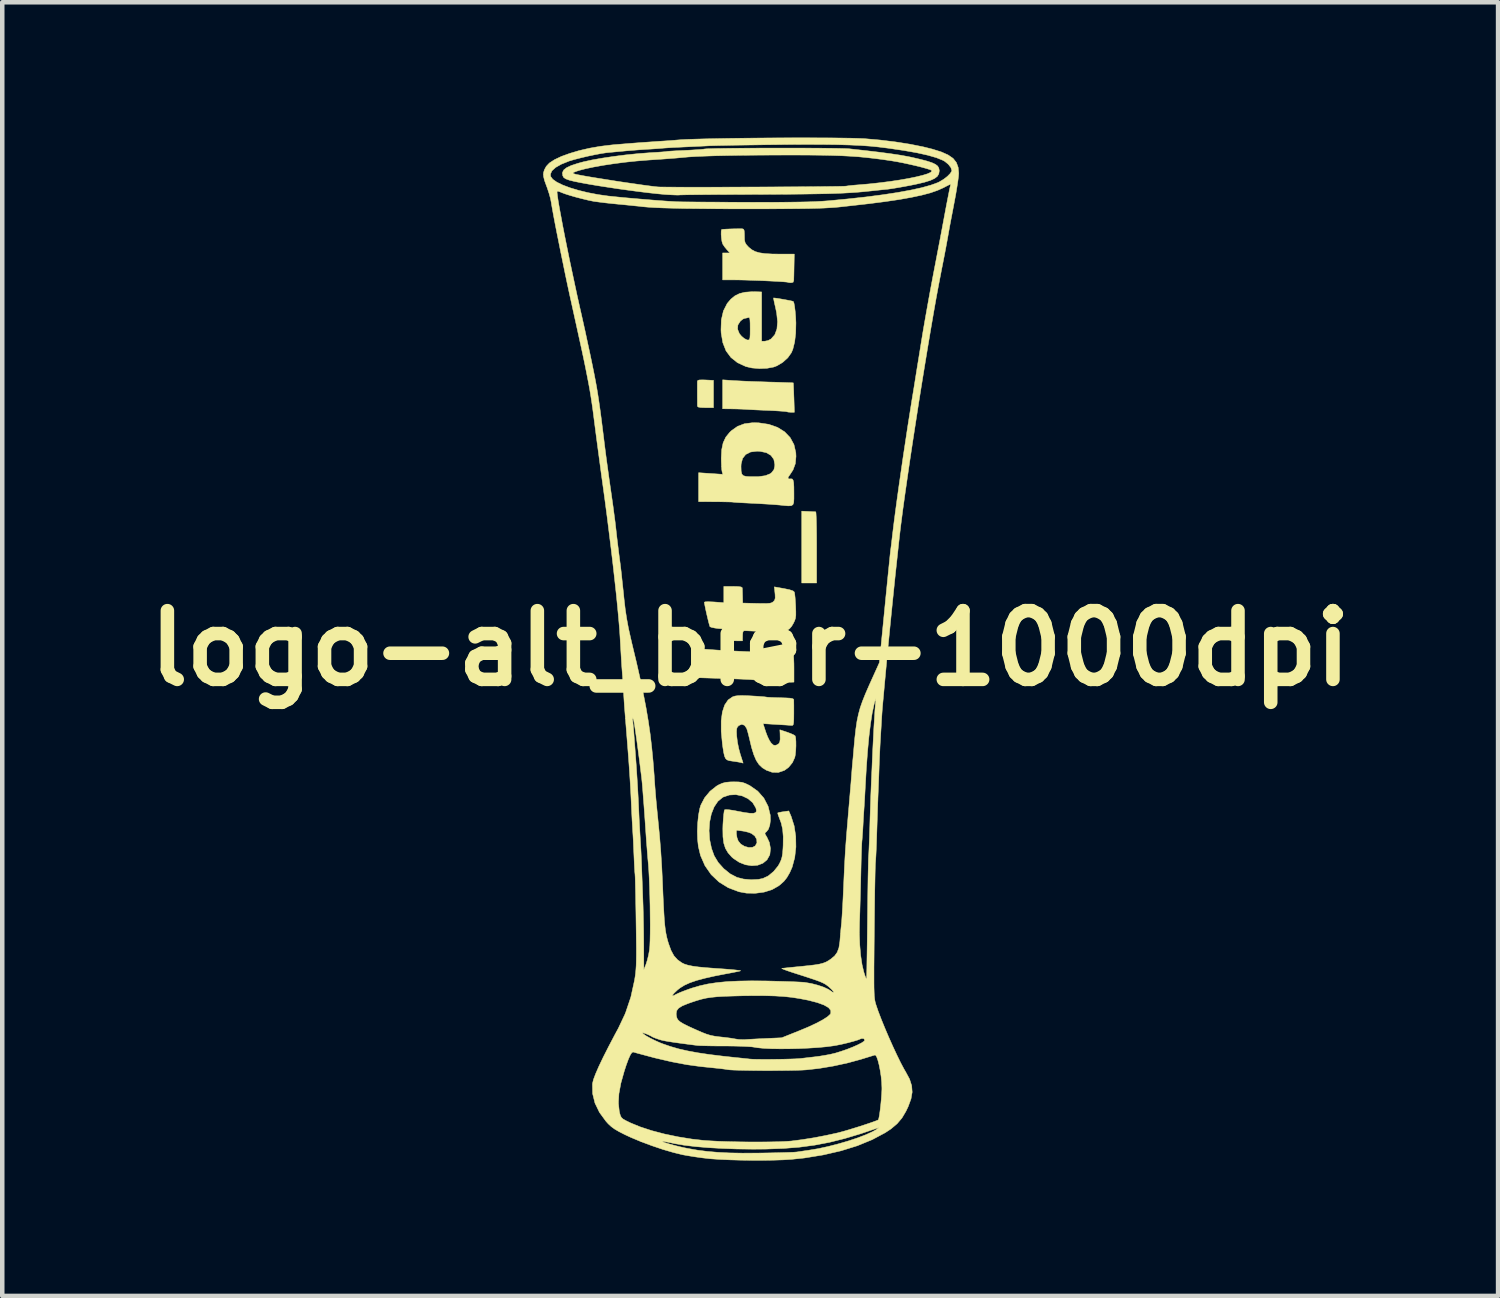
<source format=kicad_pcb>
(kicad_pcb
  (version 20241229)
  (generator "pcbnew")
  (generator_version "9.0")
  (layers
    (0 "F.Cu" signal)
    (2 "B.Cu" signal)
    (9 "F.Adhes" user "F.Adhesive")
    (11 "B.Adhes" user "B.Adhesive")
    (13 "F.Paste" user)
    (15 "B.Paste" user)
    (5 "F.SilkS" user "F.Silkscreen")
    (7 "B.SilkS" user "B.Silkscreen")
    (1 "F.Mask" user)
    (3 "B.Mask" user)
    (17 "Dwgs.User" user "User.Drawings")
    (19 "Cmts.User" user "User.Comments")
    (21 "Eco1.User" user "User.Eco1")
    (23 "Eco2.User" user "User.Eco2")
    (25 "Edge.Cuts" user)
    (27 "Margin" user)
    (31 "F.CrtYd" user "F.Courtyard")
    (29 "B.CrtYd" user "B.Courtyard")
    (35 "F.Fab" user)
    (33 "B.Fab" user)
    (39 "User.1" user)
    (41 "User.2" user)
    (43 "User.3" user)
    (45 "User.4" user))
  (footprint "logo-alt_bier-1000dpi"
    (layer "F.Cu")
    (at 13.578 11.32)
    (property "Reference" "logo-alt_bier-1000dpi" (at 0 0 0) (layer "F.SilkS") (effects (font (size 1.524 1.524) (thickness 0.3))))
    (attr through_hole)
    (fp_poly (pts (xy 1.289 -3.033) (xy 1.372 -3.029) (xy 1.433 -3.026) (xy 1.454 -3.025) (xy 1.459 -3) (xy 1.463 -2.93) (xy 1.467 -2.822) (xy 1.47 -2.682) (xy 1.472 -2.515) (xy 1.473 -2.328) (xy 1.473 -2.235) (xy 1.473 -1.448) (xy 1.143 -1.448) (xy 1.143 -3.04) (xy 1.289 -3.033)) (stroke (width 0.01) (type solid)) (fill yes) (layer "F.SilkS"))
    (fp_poly (pts (xy -0.991 -5.948) (xy -0.813 -5.939) (xy -0.813 -5.334) (xy -0.991 -5.334) (xy -1.094 -5.337) (xy -1.152 -5.348) (xy -1.169 -5.366) (xy -1.17 -5.417) (xy -1.17 -5.5) (xy -1.171 -5.603) (xy -1.171 -5.71) (xy -1.171 -5.807) (xy -1.171 -5.882) (xy -1.17 -5.918) (xy -1.16 -5.938) (xy -1.125 -5.948) (xy -1.056 -5.95) (xy -0.991 -5.948)) (stroke (width 0.01) (type solid)) (fill yes) (layer "F.SilkS"))
    (fp_poly (pts (xy -0.375 -5.934) (xy -0.276 -5.929) (xy -0.138 -5.922) (xy 0.026 -5.915) (xy 0.204 -5.909) (xy 0.384 -5.903) (xy 0.406 -5.902) (xy 0.567 -5.898) (xy 0.709 -5.893) (xy 0.826 -5.889) (xy 0.909 -5.886) (xy 0.952 -5.884) (xy 0.956 -5.883) (xy 0.958 -5.858) (xy 0.961 -5.792) (xy 0.965 -5.694) (xy 0.969 -5.575) (xy 0.97 -5.556) (xy 0.98 -5.232) (xy 0.901 -5.232) (xy 0.842 -5.236) (xy 0.81 -5.244) (xy 0.809 -5.244) (xy 0.781 -5.249) (xy 0.711 -5.255) (xy 0.609 -5.262) (xy 0.484 -5.269) (xy 0.418 -5.272) (xy 0.272 -5.278) (xy 0.133 -5.284) (xy 0.015 -5.29) (xy -0.071 -5.295) (xy -0.089 -5.296) (xy -0.18 -5.301) (xy -0.297 -5.305) (xy -0.413 -5.307) (xy -0.61 -5.309) (xy -0.61 -5.951) (xy -0.375 -5.934)) (stroke (width 0.01) (type solid)) (fill yes) (layer "F.SilkS"))
    (fp_poly (pts (xy -1.005 0.02) (xy -0.91 0.027) (xy -0.884 0.029) (xy -0.784 0.036) (xy -0.649 0.045) (xy -0.493 0.053) (xy -0.332 0.061) (xy -0.27 0.064) (xy -0.125 0.071) (xy 0.008 0.077) (xy 0.117 0.083) (xy 0.192 0.088) (xy 0.216 0.091) (xy 0.27 0.094) (xy 0.363 0.098) (xy 0.48 0.102) (xy 0.611 0.104) (xy 0.617 0.104) (xy 0.74 0.108) (xy 0.844 0.114) (xy 0.919 0.122) (xy 0.955 0.131) (xy 0.956 0.133) (xy 0.962 0.166) (xy 0.966 0.239) (xy 0.97 0.341) (xy 0.971 0.453) (xy 0.971 0.749) (xy 0.905 0.752) (xy 0.853 0.751) (xy 0.832 0.747) (xy 0.805 0.743) (xy 0.737 0.738) (xy 0.637 0.732) (xy 0.514 0.725) (xy 0.469 0.723) (xy 0.335 0.716) (xy 0.214 0.709) (xy 0.119 0.703) (xy 0.06 0.698) (xy 0.052 0.697) (xy 0.009 0.693) (xy -0.077 0.689) (xy -0.196 0.683) (xy -0.342 0.678) (xy -0.505 0.672) (xy -0.577 0.67) (xy -1.143 0.652) (xy -1.143 0.341) (xy -1.141 0.192) (xy -1.134 0.088) (xy -1.123 0.031) (xy -1.115 0.02) (xy -1.078 0.018) (xy -1.005 0.02)) (stroke (width 0.01) (type solid)) (fill yes) (layer "F.SilkS"))
    (fp_poly (pts (xy -0.181 -9.299) (xy -0.171 -9.298) (xy -0.146 -9.289) (xy -0.133 -9.258) (xy -0.128 -9.193) (xy -0.127 -9.141) (xy -0.125 -9.052) (xy -0.112 -8.993) (xy -0.082 -8.944) (xy -0.032 -8.89) (xy 0.034 -8.836) (xy 0.11 -8.795) (xy 0.205 -8.767) (xy 0.328 -8.749) (xy 0.486 -8.74) (xy 0.655 -8.738) (xy 0.978 -8.738) (xy 0.973 -8.477) (xy 0.971 -8.361) (xy 0.969 -8.259) (xy 0.967 -8.186) (xy 0.967 -8.16) (xy 0.952 -8.114) (xy 0.906 -8.103) (xy 0.856 -8.107) (xy 0.836 -8.113) (xy 0.808 -8.118) (xy 0.737 -8.124) (xy 0.632 -8.131) (xy 0.501 -8.138) (xy 0.353 -8.145) (xy 0.197 -8.152) (xy 0.04 -8.157) (xy -0.11 -8.162) (xy -0.243 -8.165) (xy -0.349 -8.166) (xy -0.61 -8.166) (xy -0.61 -8.763) (xy -0.448 -8.763) (xy -0.513 -8.833) (xy -0.566 -8.897) (xy -0.607 -8.959) (xy -0.609 -8.963) (xy -0.625 -9.015) (xy -0.636 -9.09) (xy -0.643 -9.172) (xy -0.642 -9.242) (xy -0.634 -9.281) (xy -0.632 -9.282) (xy -0.605 -9.287) (xy -0.54 -9.291) (xy -0.451 -9.295) (xy -0.353 -9.298) (xy -0.258 -9.299) (xy -0.181 -9.299)) (stroke (width 0.01) (type solid)) (fill yes) (layer "F.SilkS"))
    (fp_poly (pts (xy -0.269 -1.369) (xy -0.202 -1.36) (xy -0.176 -1.343) (xy -0.175 -1.34) (xy -0.173 -1.299) (xy -0.171 -1.225) (xy -0.169 -1.156) (xy -0.165 -1.003) (xy 0.148 -0.995) (xy 0.283 -0.993) (xy 0.376 -0.994) (xy 0.439 -0.999) (xy 0.479 -1.011) (xy 0.508 -1.029) (xy 0.513 -1.033) (xy 0.543 -1.068) (xy 0.555 -1.114) (xy 0.553 -1.186) (xy 0.55 -1.221) (xy 0.535 -1.362) (xy 0.749 -1.324) (xy 0.874 -1.298) (xy 0.95 -1.272) (xy 0.979 -1.247) (xy 0.987 -1.206) (xy 0.996 -1.126) (xy 1.003 -1.022) (xy 1.008 -0.94) (xy 1.012 -0.816) (xy 1.012 -0.73) (xy 1.004 -0.667) (xy 0.987 -0.614) (xy 0.961 -0.559) (xy 0.918 -0.486) (xy 0.871 -0.432) (xy 0.812 -0.395) (xy 0.733 -0.374) (xy 0.626 -0.364) (xy 0.482 -0.364) (xy 0.343 -0.369) (xy 0.204 -0.375) (xy 0.079 -0.381) (xy -0.022 -0.386) (xy -0.087 -0.389) (xy -0.102 -0.39) (xy -0.141 -0.388) (xy -0.16 -0.366) (xy -0.167 -0.312) (xy -0.168 -0.279) (xy -0.17 -0.165) (xy -0.269 -0.165) (xy -0.363 -0.167) (xy -0.464 -0.172) (xy -0.476 -0.173) (xy -0.584 -0.181) (xy -0.584 -0.306) (xy -0.588 -0.383) (xy -0.6 -0.421) (xy -0.627 -0.433) (xy -0.629 -0.433) (xy -0.703 -0.438) (xy -0.783 -0.449) (xy -0.851 -0.463) (xy -0.889 -0.477) (xy -0.891 -0.479) (xy -0.901 -0.508) (xy -0.919 -0.573) (xy -0.941 -0.663) (xy -0.965 -0.765) (xy -0.987 -0.864) (xy -1.004 -0.95) (xy -1.015 -1.008) (xy -1.016 -1.023) (xy -0.993 -1.03) (xy -0.93 -1.032) (xy -0.841 -1.029) (xy -0.8 -1.027) (xy -0.584 -1.011) (xy -0.584 -1.372) (xy -0.381 -1.372) (xy -0.269 -1.369)) (stroke (width 0.01) (type solid)) (fill yes) (layer "F.SilkS"))
    (fp_poly (pts (xy 0.171 -7.902) (xy 0.254 -7.899) (xy 0.254 -6.807) (xy 0.327 -6.807) (xy 0.4 -6.823) (xy 0.463 -6.857) (xy 0.546 -6.951) (xy 0.593 -7.077) (xy 0.607 -7.237) (xy 0.587 -7.432) (xy 0.561 -7.556) (xy 0.539 -7.65) (xy 0.524 -7.723) (xy 0.518 -7.762) (xy 0.518 -7.766) (xy 0.544 -7.764) (xy 0.606 -7.756) (xy 0.689 -7.742) (xy 0.78 -7.726) (xy 0.864 -7.71) (xy 0.927 -7.697) (xy 0.956 -7.688) (xy 0.956 -7.688) (xy 0.971 -7.651) (xy 0.985 -7.573) (xy 0.998 -7.468) (xy 1.008 -7.346) (xy 1.014 -7.219) (xy 1.014 -7.203) (xy 1.009 -6.984) (xy 0.986 -6.79) (xy 0.946 -6.629) (xy 0.913 -6.551) (xy 0.834 -6.44) (xy 0.722 -6.339) (xy 0.594 -6.262) (xy 0.524 -6.235) (xy 0.375 -6.207) (xy 0.206 -6.2) (xy 0.039 -6.214) (xy -0.094 -6.245) (xy -0.28 -6.33) (xy -0.426 -6.446) (xy -0.535 -6.593) (xy -0.606 -6.774) (xy -0.643 -6.99) (xy -0.646 -7.049) (xy -0.646 -7.072) (xy -0.279 -7.072) (xy -0.239 -6.975) (xy -0.193 -6.919) (xy -0.131 -6.867) (xy -0.073 -6.837) (xy -0.053 -6.833) (xy -0.029 -6.836) (xy -0.014 -6.851) (xy -0.005 -6.887) (xy -0.001 -6.953) (xy -0.000019 -7.059) (xy 0 -7.089) (xy -0.001 -7.206) (xy -0.005 -7.28) (xy -0.012 -7.32) (xy -0.025 -7.333) (xy -0.04 -7.331) (xy -0.098 -7.317) (xy -0.118 -7.315) (xy -0.16 -7.298) (xy -0.212 -7.257) (xy -0.217 -7.253) (xy -0.272 -7.167) (xy -0.279 -7.072) (xy -0.646 -7.072) (xy -0.639 -7.281) (xy -0.593 -7.479) (xy -0.509 -7.644) (xy -0.428 -7.739) (xy -0.336 -7.814) (xy -0.234 -7.864) (xy -0.113 -7.893) (xy 0.039 -7.904) (xy 0.171 -7.902)) (stroke (width 0.01) (type solid)) (fill yes) (layer "F.SilkS"))
    (fp_poly (pts (xy 0.188 -4.998) (xy 0.411 -4.965) (xy 0.604 -4.898) (xy 0.764 -4.799) (xy 0.887 -4.67) (xy 0.971 -4.515) (xy 1.012 -4.335) (xy 1.016 -4.254) (xy 1.001 -4.092) (xy 0.95 -3.954) (xy 0.885 -3.854) (xy 0.843 -3.794) (xy 0.839 -3.762) (xy 0.874 -3.754) (xy 0.906 -3.757) (xy 0.934 -3.752) (xy 0.952 -3.725) (xy 0.964 -3.668) (xy 0.969 -3.575) (xy 0.97 -3.439) (xy 0.97 -3.432) (xy 0.97 -3.313) (xy 0.965 -3.232) (xy 0.948 -3.184) (xy 0.911 -3.161) (xy 0.844 -3.157) (xy 0.74 -3.166) (xy 0.648 -3.176) (xy 0.547 -3.184) (xy 0.411 -3.194) (xy 0.256 -3.203) (xy 0.098 -3.212) (xy 0.051 -3.214) (xy -0.088 -3.221) (xy -0.21 -3.227) (xy -0.306 -3.233) (xy -0.367 -3.238) (xy -0.381 -3.24) (xy -0.419 -3.243) (xy -0.498 -3.245) (xy -0.607 -3.247) (xy -0.735 -3.249) (xy -0.781 -3.249) (xy -1.143 -3.251) (xy -1.143 -3.892) (xy -0.605 -3.856) (xy -0.622 -3.912) (xy -0.63 -3.962) (xy -0.635 -4.034) (xy -0.203 -4.034) (xy -0.2 -3.927) (xy -0.185 -3.862) (xy -0.152 -3.826) (xy -0.09 -3.81) (xy -0.016 -3.805) (xy 0.183 -3.805) (xy 0.336 -3.826) (xy 0.444 -3.869) (xy 0.48 -3.898) (xy 0.527 -3.961) (xy 0.545 -4.038) (xy 0.546 -4.075) (xy 0.524 -4.189) (xy 0.46 -4.277) (xy 0.357 -4.337) (xy 0.218 -4.366) (xy 0.152 -4.369) (xy 0.009 -4.351) (xy -0.098 -4.297) (xy -0.168 -4.209) (xy -0.2 -4.087) (xy -0.203 -4.034) (xy -0.635 -4.034) (xy -0.636 -4.047) (xy -0.64 -4.155) (xy -0.641 -4.214) (xy -0.631 -4.403) (xy -0.599 -4.555) (xy -0.54 -4.681) (xy -0.451 -4.79) (xy -0.411 -4.827) (xy -0.279 -4.92) (xy -0.128 -4.977) (xy 0.05 -5) (xy 0.188 -4.998)) (stroke (width 0.01) (type solid)) (fill yes) (layer "F.SilkS"))
    (fp_poly (pts (xy -0.073 1.05) (xy 0.023 1.055) (xy 0.146 1.062) (xy 0.249 1.07) (xy 0.323 1.076) (xy 0.357 1.081) (xy 0.358 1.081) (xy 0.387 1.085) (xy 0.457 1.089) (xy 0.557 1.093) (xy 0.669 1.096) (xy 0.798 1.1) (xy 0.885 1.105) (xy 0.936 1.114) (xy 0.961 1.127) (xy 0.967 1.142) (xy 0.967 1.183) (xy 0.968 1.262) (xy 0.968 1.366) (xy 0.968 1.448) (xy 0.967 1.567) (xy 0.963 1.644) (xy 0.956 1.688) (xy 0.943 1.707) (xy 0.923 1.71) (xy 0.923 1.71) (xy 0.88 1.707) (xy 0.799 1.701) (xy 0.692 1.695) (xy 0.582 1.688) (xy 0.286 1.67) (xy 0.347 1.857) (xy 0.385 1.957) (xy 0.428 2.045) (xy 0.467 2.103) (xy 0.47 2.106) (xy 0.518 2.147) (xy 0.558 2.152) (xy 0.596 2.139) (xy 0.635 2.114) (xy 0.656 2.077) (xy 0.665 2.015) (xy 0.663 1.915) (xy 0.663 1.9) (xy 0.658 1.806) (xy 0.818 1.859) (xy 0.903 1.891) (xy 0.967 1.92) (xy 0.997 1.941) (xy 1.008 1.985) (xy 1.014 2.064) (xy 1.015 2.163) (xy 1.01 2.267) (xy 1.001 2.36) (xy 0.989 2.419) (xy 0.937 2.534) (xy 0.853 2.637) (xy 0.761 2.705) (xy 0.624 2.752) (xy 0.486 2.748) (xy 0.362 2.704) (xy 0.272 2.649) (xy 0.197 2.578) (xy 0.135 2.485) (xy 0.082 2.362) (xy 0.032 2.202) (xy -0.012 2.019) (xy -0.036 1.919) (xy -0.06 1.83) (xy -0.079 1.772) (xy -0.125 1.707) (xy -0.185 1.685) (xy -0.25 1.711) (xy -0.259 1.719) (xy -0.285 1.748) (xy -0.299 1.786) (xy -0.303 1.846) (xy -0.299 1.94) (xy -0.297 1.956) (xy -0.282 2.08) (xy -0.254 2.22) (xy -0.22 2.345) (xy -0.156 2.545) (xy -0.212 2.531) (xy -0.268 2.52) (xy -0.352 2.507) (xy -0.402 2.5) (xy -0.467 2.49) (xy -0.513 2.473) (xy -0.546 2.442) (xy -0.569 2.389) (xy -0.588 2.305) (xy -0.607 2.183) (xy -0.616 2.115) (xy -0.642 1.842) (xy -0.642 1.607) (xy -0.616 1.412) (xy -0.565 1.257) (xy -0.489 1.145) (xy -0.389 1.076) (xy -0.338 1.059) (xy -0.275 1.05) (xy -0.191 1.047) (xy -0.073 1.05)) (stroke (width 0.01) (type solid)) (fill yes) (layer "F.SilkS"))
    (fp_poly (pts (xy -0.259 2.962) (xy -0.18 2.971) (xy -0.11 2.994) (xy -0.027 3.034) (xy -0.004 3.046) (xy 0.168 3.167) (xy 0.303 3.32) (xy 0.397 3.501) (xy 0.445 3.696) (xy 0.449 3.811) (xy 0.435 3.92) (xy 0.404 4.01) (xy 0.361 4.066) (xy 0.358 4.068) (xy 0.331 4.09) (xy 0.329 4.115) (xy 0.355 4.16) (xy 0.37 4.184) (xy 0.426 4.304) (xy 0.45 4.438) (xy 0.437 4.567) (xy 0.432 4.583) (xy 0.373 4.689) (xy 0.282 4.764) (xy 0.167 4.808) (xy 0.036 4.819) (xy -0.104 4.798) (xy -0.242 4.744) (xy -0.372 4.657) (xy -0.41 4.624) (xy -0.49 4.533) (xy -0.548 4.435) (xy -0.585 4.319) (xy -0.603 4.178) (xy -0.604 4.113) (xy -0.305 4.113) (xy -0.292 4.195) (xy -0.265 4.27) (xy -0.208 4.34) (xy -0.126 4.389) (xy -0.035 4.415) (xy 0.051 4.412) (xy 0.112 4.38) (xy 0.15 4.312) (xy 0.145 4.234) (xy 0.102 4.16) (xy 0.029 4.104) (xy -0.04 4.078) (xy -0.131 4.056) (xy -0.174 4.049) (xy -0.305 4.032) (xy -0.305 4.113) (xy -0.604 4.113) (xy -0.606 4.001) (xy -0.603 3.903) (xy -0.595 3.783) (xy -0.586 3.682) (xy -0.576 3.61) (xy -0.567 3.579) (xy -0.534 3.575) (xy -0.462 3.58) (xy -0.362 3.595) (xy -0.291 3.609) (xy -0.127 3.64) (xy -0.006 3.656) (xy 0.075 3.657) (xy 0.122 3.641) (xy 0.139 3.608) (xy 0.131 3.557) (xy 0.123 3.533) (xy 0.055 3.42) (xy -0.049 3.332) (xy -0.176 3.272) (xy -0.317 3.244) (xy -0.461 3.252) (xy -0.597 3.297) (xy -0.609 3.304) (xy -0.715 3.391) (xy -0.799 3.516) (xy -0.861 3.672) (xy -0.898 3.85) (xy -0.911 4.042) (xy -0.898 4.239) (xy -0.857 4.435) (xy -0.797 4.6) (xy -0.709 4.746) (xy -0.586 4.884) (xy -0.443 4.999) (xy -0.294 5.077) (xy -0.292 5.078) (xy -0.145 5.115) (xy 0.021 5.13) (xy 0.183 5.122) (xy 0.283 5.101) (xy 0.404 5.043) (xy 0.521 4.946) (xy 0.619 4.825) (xy 0.653 4.766) (xy 0.685 4.696) (xy 0.706 4.626) (xy 0.72 4.541) (xy 0.728 4.427) (xy 0.731 4.363) (xy 0.733 4.171) (xy 0.72 4.013) (xy 0.688 3.873) (xy 0.643 3.753) (xy 0.62 3.691) (xy 0.611 3.653) (xy 0.612 3.648) (xy 0.641 3.639) (xy 0.703 3.627) (xy 0.739 3.622) (xy 0.856 3.605) (xy 0.908 3.726) (xy 0.975 3.936) (xy 1.01 4.167) (xy 1.014 4.405) (xy 0.988 4.637) (xy 0.931 4.85) (xy 0.877 4.973) (xy 0.813 5.083) (xy 0.748 5.165) (xy 0.662 5.242) (xy 0.629 5.267) (xy 0.485 5.349) (xy 0.31 5.404) (xy 0.117 5.43) (xy -0.08 5.427) (xy -0.247 5.397) (xy -0.484 5.308) (xy -0.691 5.18) (xy -0.865 5.015) (xy -1.002 4.818) (xy -1.101 4.592) (xy -1.149 4.391) (xy -1.166 4.233) (xy -1.171 4.055) (xy -1.163 3.871) (xy -1.145 3.698) (xy -1.117 3.551) (xy -1.094 3.476) (xy -1.01 3.314) (xy -0.89 3.169) (xy -0.748 3.056) (xy -0.702 3.029) (xy -0.621 2.992) (xy -0.543 2.971) (xy -0.447 2.962) (xy -0.368 2.96) (xy -0.259 2.962)) (stroke (width 0.01) (type solid)) (fill yes) (layer "F.SilkS"))
    (fp_poly (pts (xy 1.05 -11.088) (xy 1.288 -11.087) (xy 1.511 -11.086) (xy 1.712 -11.084) (xy 1.887 -11.082) (xy 2.03 -11.079) (xy 2.135 -11.076) (xy 2.197 -11.072) (xy 2.55 -11.033) (xy 2.855 -10.997) (xy 3.113 -10.963) (xy 3.327 -10.931) (xy 3.498 -10.9) (xy 3.581 -10.883) (xy 3.774 -10.838) (xy 3.922 -10.799) (xy 4.031 -10.763) (xy 4.107 -10.727) (xy 4.155 -10.69) (xy 4.181 -10.647) (xy 4.191 -10.597) (xy 4.191 -10.579) (xy 4.181 -10.516) (xy 4.149 -10.462) (xy 4.088 -10.415) (xy 3.995 -10.372) (xy 3.864 -10.331) (xy 3.691 -10.29) (xy 3.564 -10.264) (xy 3.417 -10.236) (xy 3.275 -10.211) (xy 3.149 -10.19) (xy 3.056 -10.177) (xy 3.035 -10.175) (xy 2.938 -10.165) (xy 2.813 -10.152) (xy 2.682 -10.138) (xy 2.642 -10.134) (xy 2.506 -10.12) (xy 2.367 -10.108) (xy 2.218 -10.098) (xy 2.056 -10.089) (xy 1.876 -10.082) (xy 1.673 -10.076) (xy 1.443 -10.072) (xy 1.181 -10.068) (xy 0.882 -10.065) (xy 0.543 -10.063) (xy 0.158 -10.061) (xy 0.091 -10.061) (xy -0.19 -10.06) (xy -0.458 -10.059) (xy -0.707 -10.058) (xy -0.932 -10.057) (xy -1.13 -10.055) (xy -1.296 -10.054) (xy -1.426 -10.052) (xy -1.514 -10.05) (xy -1.557 -10.049) (xy -1.56 -10.048) (xy -1.606 -10.046) (xy -1.69 -10.049) (xy -1.799 -10.054) (xy -1.892 -10.06) (xy -2.054 -10.075) (xy -2.245 -10.096) (xy -2.458 -10.122) (xy -2.685 -10.152) (xy -2.917 -10.184) (xy -3.148 -10.219) (xy -3.369 -10.253) (xy -3.572 -10.287) (xy -3.749 -10.319) (xy -3.893 -10.348) (xy -3.995 -10.373) (xy -4.007 -10.376) (xy -4.089 -10.406) (xy -4.134 -10.437) (xy -4.156 -10.48) (xy -4.156 -10.482) (xy -4.159 -10.53) (xy -3.928 -10.53) (xy -3.896 -10.515) (xy -3.851 -10.503) (xy -3.762 -10.486) (xy -3.637 -10.463) (xy -3.483 -10.437) (xy -3.309 -10.409) (xy -3.12 -10.379) (xy -2.924 -10.348) (xy -2.729 -10.319) (xy -2.541 -10.292) (xy -2.368 -10.267) (xy -2.217 -10.247) (xy -2.096 -10.232) (xy -2.045 -10.227) (xy -1.999 -10.225) (xy -1.908 -10.224) (xy -1.776 -10.223) (xy -1.609 -10.222) (xy -1.411 -10.221) (xy -1.186 -10.221) (xy -0.94 -10.221) (xy -0.677 -10.222) (xy -0.402 -10.223) (xy -0.12 -10.224) (xy 0.165 -10.225) (xy 0.448 -10.226) (xy 0.723 -10.228) (xy 0.988 -10.229) (xy 1.236 -10.231) (xy 1.462 -10.233) (xy 1.663 -10.235) (xy 1.834 -10.237) (xy 1.969 -10.239) (xy 2.065 -10.241) (xy 2.115 -10.244) (xy 2.121 -10.244) (xy 2.183 -10.253) (xy 2.277 -10.263) (xy 2.384 -10.272) (xy 2.4 -10.273) (xy 2.642 -10.294) (xy 2.879 -10.32) (xy 3.106 -10.349) (xy 3.319 -10.381) (xy 3.513 -10.415) (xy 3.683 -10.45) (xy 3.825 -10.485) (xy 3.932 -10.518) (xy 4.002 -10.55) (xy 4.028 -10.578) (xy 4.022 -10.593) (xy 3.986 -10.61) (xy 3.91 -10.634) (xy 3.802 -10.664) (xy 3.674 -10.696) (xy 3.534 -10.728) (xy 3.391 -10.759) (xy 3.256 -10.785) (xy 3.138 -10.805) (xy 3.137 -10.805) (xy 2.933 -10.835) (xy 2.745 -10.859) (xy 2.567 -10.879) (xy 2.391 -10.896) (xy 2.211 -10.908) (xy 2.018 -10.918) (xy 1.806 -10.925) (xy 1.568 -10.93) (xy 1.296 -10.933) (xy 0.983 -10.934) (xy 0.838 -10.934) (xy 0.475 -10.933) (xy 0.128 -10.931) (xy -0.198 -10.928) (xy -0.5 -10.923) (xy -0.772 -10.917) (xy -1.01 -10.909) (xy -1.211 -10.901) (xy -1.368 -10.891) (xy -1.46 -10.883) (xy -1.535 -10.876) (xy -1.63 -10.867) (xy -1.751 -10.858) (xy -1.904 -10.846) (xy -2.097 -10.833) (xy -2.286 -10.82) (xy -2.527 -10.8) (xy -2.774 -10.774) (xy -3.018 -10.742) (xy -3.251 -10.707) (xy -3.464 -10.669) (xy -3.649 -10.63) (xy -3.798 -10.591) (xy -3.874 -10.565) (xy -3.923 -10.544) (xy -3.928 -10.53) (xy -4.159 -10.53) (xy -4.16 -10.547) (xy -4.132 -10.603) (xy -4.069 -10.653) (xy -3.967 -10.701) (xy -3.821 -10.749) (xy -3.696 -10.783) (xy -3.509 -10.824) (xy -3.283 -10.864) (xy -3.03 -10.902) (xy -2.763 -10.936) (xy -2.493 -10.964) (xy -2.233 -10.984) (xy -2.172 -10.988) (xy -2.053 -10.995) (xy -1.953 -11.002) (xy -1.883 -11.008) (xy -1.854 -11.012) (xy -1.854 -11.012) (xy -1.825 -11.016) (xy -1.755 -11.021) (xy -1.652 -11.027) (xy -1.526 -11.033) (xy -1.46 -11.036) (xy -1.321 -11.043) (xy -1.196 -11.051) (xy -1.095 -11.058) (xy -1.03 -11.064) (xy -1.016 -11.067) (xy -0.972 -11.071) (xy -0.882 -11.074) (xy -0.752 -11.078) (xy -0.589 -11.08) (xy -0.396 -11.083) (xy -0.181 -11.085) (xy 0.052 -11.086) (xy 0.297 -11.088) (xy 0.549 -11.088) (xy 0.802 -11.088) (xy 1.05 -11.088)) (stroke (width 0.01) (type solid)) (fill yes) (layer "F.SilkS"))
    (fp_poly (pts (xy 1.548 -11.314) (xy 1.805 -11.313) (xy 2.037 -11.31) (xy 2.237 -11.307) (xy 2.402 -11.302) (xy 2.525 -11.297) (xy 2.54 -11.296) (xy 2.881 -11.266) (xy 3.219 -11.225) (xy 3.542 -11.174) (xy 3.837 -11.115) (xy 4.041 -11.064) (xy 4.238 -11.002) (xy 4.388 -10.935) (xy 4.498 -10.859) (xy 4.57 -10.769) (xy 4.61 -10.662) (xy 4.623 -10.533) (xy 4.623 -10.531) (xy 4.618 -10.463) (xy 4.604 -10.355) (xy 4.583 -10.218) (xy 4.557 -10.062) (xy 4.526 -9.897) (xy 4.522 -9.876) (xy 4.489 -9.701) (xy 4.455 -9.525) (xy 4.424 -9.361) (xy 4.399 -9.221) (xy 4.381 -9.119) (xy 4.381 -9.119) (xy 4.363 -9.02) (xy 4.338 -8.884) (xy 4.307 -8.721) (xy 4.272 -8.542) (xy 4.236 -8.36) (xy 4.226 -8.306) (xy 4.178 -8.059) (xy 4.124 -7.768) (xy 4.066 -7.44) (xy 4.004 -7.079) (xy 3.939 -6.693) (xy 3.872 -6.287) (xy 3.804 -5.869) (xy 3.736 -5.443) (xy 3.67 -5.017) (xy 3.605 -4.596) (xy 3.543 -4.186) (xy 3.486 -3.795) (xy 3.433 -3.427) (xy 3.386 -3.089) (xy 3.347 -2.788) (xy 3.341 -2.743) (xy 3.323 -2.594) (xy 3.301 -2.402) (xy 3.276 -2.172) (xy 3.248 -1.911) (xy 3.217 -1.627) (xy 3.186 -1.326) (xy 3.154 -1.014) (xy 3.122 -0.698) (xy 3.091 -0.385) (xy 3.061 -0.082) (xy 3.033 0.205) (xy 3.009 0.468) (xy 2.998 0.584) (xy 2.982 0.758) (xy 2.967 0.922) (xy 2.954 1.067) (xy 2.943 1.184) (xy 2.936 1.264) (xy 2.934 1.283) (xy 2.927 1.367) (xy 2.919 1.482) (xy 2.911 1.607) (xy 2.909 1.651) (xy 2.901 1.786) (xy 2.892 1.93) (xy 2.885 2.057) (xy 2.883 2.083) (xy 2.878 2.18) (xy 2.872 2.312) (xy 2.865 2.463) (xy 2.859 2.618) (xy 2.858 2.654) (xy 2.852 2.823) (xy 2.845 3.005) (xy 2.838 3.182) (xy 2.832 3.33) (xy 2.832 3.34) (xy 2.827 3.467) (xy 2.822 3.629) (xy 2.816 3.813) (xy 2.81 4.001) (xy 2.805 4.153) (xy 2.8 4.315) (xy 2.794 4.464) (xy 2.788 4.593) (xy 2.782 4.69) (xy 2.778 4.747) (xy 2.777 4.75) (xy 2.775 4.791) (xy 2.772 4.879) (xy 2.769 5.007) (xy 2.766 5.171) (xy 2.762 5.367) (xy 2.759 5.59) (xy 2.756 5.833) (xy 2.753 6.094) (xy 2.751 6.287) (xy 2.748 6.595) (xy 2.746 6.857) (xy 2.744 7.076) (xy 2.744 7.258) (xy 2.744 7.407) (xy 2.745 7.526) (xy 2.748 7.621) (xy 2.751 7.695) (xy 2.757 7.754) (xy 2.763 7.8) (xy 2.771 7.839) (xy 2.781 7.876) (xy 2.788 7.899) (xy 2.837 8.043) (xy 2.904 8.218) (xy 2.983 8.412) (xy 3.07 8.616) (xy 3.161 8.82) (xy 3.251 9.013) (xy 3.335 9.185) (xy 3.41 9.326) (xy 3.448 9.391) (xy 3.533 9.549) (xy 3.58 9.695) (xy 3.591 9.838) (xy 3.565 9.989) (xy 3.502 10.159) (xy 3.453 10.262) (xy 3.364 10.412) (xy 3.257 10.538) (xy 3.121 10.653) (xy 2.992 10.738) (xy 2.705 10.891) (xy 2.376 11.026) (xy 2.012 11.139) (xy 1.618 11.23) (xy 1.201 11.298) (xy 0.914 11.328) (xy 0.74 11.339) (xy 0.527 11.346) (xy 0.289 11.35) (xy 0.036 11.35) (xy -0.218 11.346) (xy -0.462 11.339) (xy -0.682 11.329) (xy -0.868 11.316) (xy -0.902 11.313) (xy -1.059 11.295) (xy -1.229 11.271) (xy -1.39 11.245) (xy -1.496 11.226) (xy -1.701 11.176) (xy -1.934 11.108) (xy -2.18 11.025) (xy -2.423 10.934) (xy -2.433 10.93) (xy -1.947 10.93) (xy -1.931 10.942) (xy -1.875 10.962) (xy -1.789 10.988) (xy -1.684 11.017) (xy -1.569 11.046) (xy -1.454 11.072) (xy -1.384 11.086) (xy -1.169 11.124) (xy -0.95 11.152) (xy -0.717 11.172) (xy -0.462 11.185) (xy -0.176 11.19) (xy 0.149 11.189) (xy 0.229 11.188) (xy 0.419 11.185) (xy 0.596 11.181) (xy 0.753 11.177) (xy 0.882 11.173) (xy 0.975 11.169) (xy 1.026 11.165) (xy 1.029 11.165) (xy 1.091 11.156) (xy 1.184 11.142) (xy 1.291 11.127) (xy 1.308 11.124) (xy 1.512 11.09) (xy 1.732 11.042) (xy 1.957 10.984) (xy 2.177 10.92) (xy 2.384 10.851) (xy 2.567 10.781) (xy 2.716 10.713) (xy 2.795 10.668) (xy 2.837 10.638) (xy 2.843 10.627) (xy 2.832 10.63) (xy 2.45 10.76) (xy 2.096 10.866) (xy 1.76 10.95) (xy 1.43 11.013) (xy 1.093 11.058) (xy 0.738 11.086) (xy 0.354 11.1) (xy 0.064 11.102) (xy -0.288 11.098) (xy -0.623 11.086) (xy -0.936 11.068) (xy -1.22 11.044) (xy -1.467 11.014) (xy -1.673 10.979) (xy -1.705 10.972) (xy -1.807 10.951) (xy -1.888 10.936) (xy -1.938 10.929) (xy -1.947 10.93) (xy -2.433 10.93) (xy -2.648 10.84) (xy -2.781 10.778) (xy -2.91 10.712) (xy -3.005 10.656) (xy -3.079 10.602) (xy -3.146 10.54) (xy -3.198 10.482) (xy -3.341 10.286) (xy -3.44 10.081) (xy -3.441 10.077) (xy -2.921 10.077) (xy -2.902 10.258) (xy -2.892 10.304) (xy -2.876 10.36) (xy -2.855 10.4) (xy -2.818 10.434) (xy -2.756 10.469) (xy -2.658 10.517) (xy -2.657 10.518) (xy -2.44 10.607) (xy -2.184 10.691) (xy -1.899 10.766) (xy -1.596 10.829) (xy -1.287 10.879) (xy -1.039 10.907) (xy -0.882 10.918) (xy -0.692 10.928) (xy -0.476 10.935) (xy -0.246 10.94) (xy -0.01 10.943) (xy 0.222 10.943) (xy 0.44 10.941) (xy 0.635 10.937) (xy 0.798 10.93) (xy 0.909 10.922) (xy 1.149 10.891) (xy 1.415 10.849) (xy 1.684 10.797) (xy 1.936 10.742) (xy 1.982 10.73) (xy 2.071 10.706) (xy 2.184 10.673) (xy 2.311 10.634) (xy 2.443 10.593) (xy 2.57 10.551) (xy 2.683 10.513) (xy 2.772 10.481) (xy 2.828 10.459) (xy 2.841 10.452) (xy 2.852 10.418) (xy 2.866 10.345) (xy 2.88 10.243) (xy 2.894 10.124) (xy 2.906 9.999) (xy 2.915 9.879) (xy 2.92 9.776) (xy 2.92 9.741) (xy 2.915 9.619) (xy 2.902 9.488) (xy 2.882 9.357) (xy 2.858 9.236) (xy 2.831 9.132) (xy 2.804 9.056) (xy 2.778 9.017) (xy 2.767 9.015) (xy 2.729 9.026) (xy 2.654 9.049) (xy 2.553 9.08) (xy 2.453 9.111) (xy 2.159 9.191) (xy 1.842 9.26) (xy 1.524 9.313) (xy 1.245 9.344) (xy 1.147 9.35) (xy 1.013 9.354) (xy 0.853 9.357) (xy 0.673 9.359) (xy 0.481 9.36) (xy 0.287 9.36) (xy 0.097 9.359) (xy -0.08 9.356) (xy -0.237 9.353) (xy -0.365 9.349) (xy -0.456 9.344) (xy -0.495 9.339) (xy -0.567 9.328) (xy -0.66 9.316) (xy -0.699 9.312) (xy -0.778 9.304) (xy -0.891 9.292) (xy -1.019 9.279) (xy -1.105 9.27) (xy -1.405 9.229) (xy -1.743 9.165) (xy -2.113 9.079) (xy -2.509 8.973) (xy -2.592 8.949) (xy -2.621 8.96) (xy -2.655 9.01) (xy -2.697 9.102) (xy -2.747 9.238) (xy -2.791 9.373) (xy -2.866 9.64) (xy -2.909 9.872) (xy -2.921 10.077) (xy -3.441 10.077) (xy -3.492 9.872) (xy -3.496 9.664) (xy -3.494 9.643) (xy -3.473 9.557) (xy -3.425 9.43) (xy -3.353 9.265) (xy -3.257 9.064) (xy -3.139 8.831) (xy -3 8.566) (xy -2.976 8.522) (xy -2.388 8.522) (xy -2.366 8.549) (xy -2.307 8.59) (xy -2.22 8.639) (xy -2.116 8.691) (xy -2.005 8.741) (xy -1.93 8.77) (xy -1.761 8.828) (xy -1.58 8.88) (xy -1.381 8.925) (xy -1.158 8.966) (xy -0.903 9.004) (xy -0.609 9.04) (xy -0.343 9.069) (xy -0.224 9.081) (xy -0.121 9.092) (xy -0.045 9.1) (xy -0.013 9.104) (xy 0.047 9.108) (xy 0.147 9.111) (xy 0.277 9.112) (xy 0.426 9.112) (xy 0.584 9.11) (xy 0.74 9.108) (xy 0.884 9.104) (xy 1.005 9.1) (xy 1.093 9.094) (xy 1.118 9.092) (xy 1.237 9.078) (xy 1.364 9.063) (xy 1.435 9.055) (xy 1.542 9.041) (xy 1.669 9.02) (xy 1.776 9) (xy 1.889 8.973) (xy 2.015 8.934) (xy 2.146 8.889) (xy 2.271 8.84) (xy 2.382 8.791) (xy 2.47 8.746) (xy 2.525 8.709) (xy 2.54 8.688) (xy 2.521 8.653) (xy 2.474 8.648) (xy 2.443 8.659) (xy 2.383 8.683) (xy 2.286 8.712) (xy 2.166 8.744) (xy 2.035 8.775) (xy 1.907 8.801) (xy 1.841 8.812) (xy 1.687 8.832) (xy 1.503 8.849) (xy 1.299 8.862) (xy 1.084 8.872) (xy 0.868 8.877) (xy 0.658 8.878) (xy 0.466 8.875) (xy 0.299 8.867) (xy 0.166 8.854) (xy 0.099 8.843) (xy 0.037 8.834) (xy -0.065 8.827) (xy -0.198 8.821) (xy -0.353 8.817) (xy -0.519 8.815) (xy -0.549 8.815) (xy -0.715 8.815) (xy -0.87 8.813) (xy -1.005 8.81) (xy -1.109 8.807) (xy -1.174 8.803) (xy -1.181 8.802) (xy -1.398 8.774) (xy -1.57 8.751) (xy -1.706 8.732) (xy -1.81 8.716) (xy -1.889 8.702) (xy -1.951 8.689) (xy -2 8.676) (xy -2.019 8.67) (xy -2.096 8.643) (xy -2.154 8.62) (xy -2.172 8.61) (xy -2.209 8.589) (xy -2.266 8.562) (xy -2.326 8.538) (xy -2.372 8.523) (xy -2.388 8.522) (xy -2.976 8.522) (xy -2.921 8.42) (xy -2.772 8.104) (xy -1.64 8.104) (xy -1.633 8.161) (xy -1.62 8.204) (xy -1.594 8.243) (xy -1.55 8.281) (xy -1.479 8.324) (xy -1.376 8.376) (xy -1.233 8.441) (xy -1.215 8.449) (xy -1.077 8.51) (xy -0.969 8.552) (xy -0.877 8.58) (xy -0.786 8.598) (xy -0.681 8.612) (xy -0.66 8.614) (xy -0.543 8.627) (xy -0.435 8.641) (xy -0.353 8.655) (xy -0.33 8.659) (xy -0.249 8.671) (xy -0.151 8.674) (xy -0.114 8.673) (xy -0.04 8.668) (xy 0.07 8.662) (xy 0.203 8.655) (xy 0.343 8.649) (xy 0.356 8.648) (xy 0.699 8.633) (xy 1.089 8.477) (xy 1.293 8.392) (xy 1.468 8.31) (xy 1.609 8.235) (xy 1.713 8.168) (xy 1.774 8.113) (xy 1.787 8.091) (xy 1.787 8.027) (xy 1.737 7.965) (xy 1.637 7.907) (xy 1.489 7.853) (xy 1.292 7.802) (xy 1.274 7.798) (xy 1.097 7.764) (xy 0.924 7.737) (xy 0.745 7.718) (xy 0.551 7.706) (xy 0.333 7.7) (xy 0.082 7.699) (xy -0.155 7.702) (xy -0.384 7.708) (xy -0.572 7.714) (xy -0.726 7.723) (xy -0.856 7.736) (xy -0.97 7.753) (xy -1.077 7.777) (xy -1.187 7.809) (xy -1.307 7.849) (xy -1.383 7.876) (xy -1.507 7.927) (xy -1.587 7.977) (xy -1.629 8.034) (xy -1.64 8.104) (xy -2.772 8.104) (xy -2.765 8.088) (xy -2.645 7.731) (xy -2.562 7.353) (xy -2.55 7.277) (xy -2.54 7.203) (xy -2.533 7.125) (xy -2.527 7.036) (xy -2.524 6.931) (xy -2.522 6.804) (xy -2.522 6.647) (xy -2.524 6.455) (xy -2.527 6.222) (xy -2.529 6.083) (xy -2.532 5.861) (xy -2.536 5.652) (xy -2.539 5.463) (xy -2.543 5.299) (xy -2.546 5.167) (xy -2.549 5.072) (xy -2.552 5.021) (xy -2.552 5.016) (xy -2.557 4.964) (xy -2.563 4.872) (xy -2.569 4.753) (xy -2.575 4.617) (xy -2.577 4.572) (xy -2.584 4.423) (xy -2.59 4.277) (xy -2.597 4.149) (xy -2.603 4.053) (xy -2.604 4.039) (xy -2.609 3.944) (xy -2.617 3.817) (xy -2.624 3.676) (xy -2.629 3.569) (xy -2.638 3.375) (xy -2.647 3.193) (xy -2.657 3.014) (xy -2.668 2.833) (xy -2.681 2.641) (xy -2.696 2.432) (xy -2.714 2.199) (xy -2.735 1.935) (xy -2.759 1.633) (xy -2.766 1.55) (xy -2.609 1.55) (xy -2.604 1.6) (xy -2.596 1.672) (xy -2.587 1.772) (xy -2.579 1.867) (xy -2.55 2.256) (xy -2.525 2.597) (xy -2.506 2.891) (xy -2.491 3.14) (xy -2.48 3.345) (xy -2.478 3.391) (xy -2.469 3.586) (xy -2.461 3.771) (xy -2.451 3.961) (xy -2.439 4.171) (xy -2.426 4.394) (xy -2.422 4.46) (xy -2.418 4.536) (xy -2.414 4.629) (xy -2.409 4.742) (xy -2.404 4.881) (xy -2.398 5.051) (xy -2.39 5.259) (xy -2.381 5.508) (xy -2.374 5.702) (xy -2.37 5.855) (xy -2.366 6.042) (xy -2.362 6.246) (xy -2.36 6.45) (xy -2.359 6.604) (xy -2.357 7.125) (xy -2.308 7.001) (xy -2.28 6.912) (xy -2.252 6.797) (xy -2.232 6.684) (xy -2.224 6.6) (xy -2.219 6.475) (xy -2.216 6.314) (xy -2.215 6.128) (xy -2.217 5.924) (xy -2.219 5.71) (xy -2.224 5.494) (xy -2.23 5.285) (xy -2.238 5.091) (xy -2.247 4.921) (xy -2.257 4.781) (xy -2.258 4.775) (xy -2.271 4.633) (xy -2.283 4.479) (xy -2.294 4.34) (xy -2.298 4.293) (xy -2.32 3.971) (xy -2.339 3.697) (xy -2.356 3.465) (xy -2.371 3.273) (xy -2.383 3.115) (xy -2.394 2.988) (xy -2.404 2.888) (xy -2.413 2.811) (xy -2.414 2.807) (xy -2.452 2.505) (xy -2.485 2.251) (xy -2.513 2.042) (xy -2.537 1.875) (xy -2.556 1.746) (xy -2.571 1.654) (xy -2.583 1.595) (xy -2.591 1.57) (xy -2.606 1.539) (xy -2.609 1.55) (xy -2.766 1.55) (xy -2.78 1.372) (xy -2.787 1.283) (xy -2.795 1.163) (xy -2.803 1.034) (xy -2.806 0.978) (xy -2.814 0.85) (xy -2.822 0.724) (xy -2.829 0.619) (xy -2.832 0.584) (xy -2.846 0.398) (xy -2.86 0.172) (xy -2.875 -0.084) (xy -2.884 -0.241) (xy -2.895 -0.417) (xy -2.914 -0.638) (xy -2.938 -0.896) (xy -2.967 -1.188) (xy -3.002 -1.506) (xy -3.04 -1.846) (xy -3.082 -2.2) (xy -3.127 -2.563) (xy -3.173 -2.93) (xy -3.221 -3.295) (xy -3.264 -3.607) (xy -3.297 -3.843) (xy -3.331 -4.099) (xy -3.366 -4.36) (xy -3.4 -4.613) (xy -3.43 -4.843) (xy -3.454 -5.029) (xy -3.474 -5.185) (xy -3.493 -5.328) (xy -3.513 -5.465) (xy -3.534 -5.601) (xy -3.557 -5.739) (xy -3.584 -5.886) (xy -3.615 -6.045) (xy -3.65 -6.223) (xy -3.692 -6.425) (xy -3.741 -6.654) (xy -3.799 -6.917) (xy -3.865 -7.218) (xy -3.941 -7.562) (xy -3.962 -7.658) (xy -4.005 -7.852) (xy -4.051 -8.066) (xy -4.099 -8.294) (xy -4.147 -8.529) (xy -4.196 -8.766) (xy -4.242 -8.997) (xy -4.286 -9.215) (xy -4.325 -9.415) (xy -4.358 -9.589) (xy -4.384 -9.732) (xy -4.402 -9.835) (xy -4.409 -9.881) (xy -4.426 -9.969) (xy -4.458 -10.084) (xy -4.464 -10.101) (xy -4.28 -10.101) (xy -4.271 -10.025) (xy -4.254 -9.909) (xy -4.228 -9.757) (xy -4.194 -9.575) (xy -4.155 -9.365) (xy -4.11 -9.134) (xy -4.06 -8.886) (xy -4.007 -8.625) (xy -3.95 -8.356) (xy -3.892 -8.084) (xy -3.834 -7.814) (xy -3.775 -7.549) (xy -3.759 -7.48) (xy -3.71 -7.262) (xy -3.657 -7.024) (xy -3.605 -6.781) (xy -3.555 -6.55) (xy -3.512 -6.345) (xy -3.492 -6.248) (xy -3.457 -6.074) (xy -3.427 -5.918) (xy -3.4 -5.77) (xy -3.376 -5.623) (xy -3.352 -5.466) (xy -3.327 -5.291) (xy -3.3 -5.089) (xy -3.27 -4.851) (xy -3.251 -4.699) (xy -3.221 -4.456) (xy -3.191 -4.225) (xy -3.159 -3.993) (xy -3.125 -3.746) (xy -3.085 -3.469) (xy -3.063 -3.315) (xy -3.039 -3.147) (xy -3.016 -2.972) (xy -2.994 -2.807) (xy -2.978 -2.668) (xy -2.972 -2.616) (xy -2.955 -2.464) (xy -2.934 -2.292) (xy -2.914 -2.13) (xy -2.908 -2.083) (xy -2.892 -1.961) (xy -2.878 -1.856) (xy -2.866 -1.757) (xy -2.854 -1.654) (xy -2.842 -1.538) (xy -2.827 -1.398) (xy -2.808 -1.223) (xy -2.795 -1.092) (xy -2.769 -0.866) (xy -2.737 -0.656) (xy -2.698 -0.445) (xy -2.646 -0.214) (xy -2.62 -0.102) (xy -2.522 0.306) (xy -2.439 0.672) (xy -2.368 1.008) (xy -2.308 1.319) (xy -2.258 1.615) (xy -2.216 1.904) (xy -2.182 2.195) (xy -2.153 2.495) (xy -2.128 2.812) (xy -2.122 2.908) (xy -2.111 3.062) (xy -2.1 3.203) (xy -2.088 3.345) (xy -2.073 3.502) (xy -2.055 3.688) (xy -2.045 3.785) (xy -2.009 4.155) (xy -1.981 4.504) (xy -1.959 4.857) (xy -1.943 5.194) (xy -1.932 5.46) (xy -1.922 5.681) (xy -1.912 5.863) (xy -1.903 6.012) (xy -1.892 6.135) (xy -1.88 6.236) (xy -1.866 6.322) (xy -1.85 6.399) (xy -1.831 6.473) (xy -1.811 6.54) (xy -1.754 6.697) (xy -1.69 6.815) (xy -1.611 6.903) (xy -1.516 6.971) (xy -1.456 7) (xy -1.379 7.024) (xy -1.278 7.045) (xy -1.147 7.063) (xy -0.98 7.079) (xy -0.771 7.095) (xy -0.711 7.099) (xy -0.565 7.109) (xy -0.433 7.12) (xy -0.324 7.13) (xy -0.247 7.14) (xy -0.211 7.147) (xy -0.21 7.148) (xy -0.231 7.155) (xy -0.292 7.168) (xy -0.386 7.187) (xy -0.501 7.209) (xy -0.515 7.211) (xy -0.782 7.263) (xy -1.004 7.313) (xy -1.187 7.362) (xy -1.336 7.413) (xy -1.457 7.468) (xy -1.554 7.528) (xy -1.61 7.572) (xy -1.682 7.64) (xy -1.719 7.684) (xy -1.72 7.703) (xy -1.685 7.693) (xy -1.645 7.671) (xy -1.586 7.643) (xy -1.494 7.605) (xy -1.381 7.563) (xy -1.292 7.532) (xy -1.119 7.481) (xy -0.936 7.44) (xy -0.736 7.41) (xy -0.512 7.388) (xy -0.259 7.376) (xy 0.031 7.371) (xy 0.364 7.374) (xy 0.406 7.375) (xy 0.594 7.38) (xy 0.771 7.385) (xy 0.93 7.39) (xy 1.062 7.396) (xy 1.158 7.401) (xy 1.206 7.405) (xy 1.355 7.43) (xy 1.502 7.468) (xy 1.634 7.513) (xy 1.736 7.561) (xy 1.768 7.582) (xy 1.825 7.621) (xy 1.851 7.627) (xy 1.844 7.606) (xy 1.808 7.563) (xy 1.752 7.511) (xy 1.709 7.476) (xy 1.667 7.446) (xy 1.617 7.419) (xy 1.552 7.39) (xy 1.466 7.358) (xy 1.351 7.319) (xy 1.2 7.269) (xy 1.055 7.223) (xy 0.928 7.182) (xy 0.822 7.146) (xy 0.745 7.118) (xy 0.704 7.1) (xy 0.7 7.096) (xy 0.732 7.091) (xy 0.806 7.083) (xy 0.912 7.072) (xy 1.042 7.059) (xy 1.136 7.05) (xy 1.309 7.032) (xy 1.441 7.016) (xy 1.541 6.999) (xy 1.617 6.979) (xy 1.681 6.954) (xy 1.74 6.921) (xy 1.784 6.891) (xy 1.871 6.82) (xy 1.929 6.74) (xy 1.967 6.638) (xy 1.988 6.501) (xy 1.992 6.452) (xy 2.001 6.339) (xy 2.003 6.321) (xy 2.42 6.321) (xy 2.429 6.569) (xy 2.449 6.803) (xy 2.48 7.011) (xy 2.519 7.176) (xy 2.545 7.257) (xy 2.567 7.312) (xy 2.579 7.329) (xy 2.58 7.328) (xy 2.581 7.298) (xy 2.583 7.223) (xy 2.586 7.106) (xy 2.588 6.953) (xy 2.591 6.769) (xy 2.594 6.558) (xy 2.597 6.325) (xy 2.6 6.075) (xy 2.601 5.982) (xy 2.604 5.726) (xy 2.607 5.483) (xy 2.61 5.26) (xy 2.613 5.061) (xy 2.617 4.891) (xy 2.62 4.754) (xy 2.622 4.657) (xy 2.625 4.604) (xy 2.625 4.597) (xy 2.629 4.554) (xy 2.633 4.469) (xy 2.638 4.348) (xy 2.644 4.202) (xy 2.649 4.037) (xy 2.652 3.95) (xy 2.657 3.764) (xy 2.663 3.578) (xy 2.669 3.403) (xy 2.674 3.253) (xy 2.679 3.137) (xy 2.68 3.111) (xy 2.685 2.98) (xy 2.692 2.82) (xy 2.7 2.653) (xy 2.705 2.527) (xy 2.717 2.254) (xy 2.73 1.995) (xy 2.742 1.756) (xy 2.755 1.545) (xy 2.766 1.367) (xy 2.777 1.229) (xy 2.782 1.168) (xy 2.786 1.123) (xy 2.781 1.121) (xy 2.767 1.165) (xy 2.746 1.245) (xy 2.705 1.434) (xy 2.668 1.672) (xy 2.633 1.957) (xy 2.602 2.287) (xy 2.575 2.661) (xy 2.552 3.061) (xy 2.545 3.194) (xy 2.538 3.328) (xy 2.531 3.441) (xy 2.528 3.493) (xy 2.522 3.584) (xy 2.514 3.707) (xy 2.506 3.843) (xy 2.502 3.924) (xy 2.495 4.047) (xy 2.487 4.157) (xy 2.481 4.242) (xy 2.477 4.28) (xy 2.474 4.325) (xy 2.47 4.414) (xy 2.466 4.538) (xy 2.461 4.69) (xy 2.457 4.863) (xy 2.453 5.042) (xy 2.448 5.247) (xy 2.443 5.456) (xy 2.437 5.657) (xy 2.432 5.839) (xy 2.427 5.99) (xy 2.424 6.071) (xy 2.42 6.321) (xy 2.003 6.321) (xy 2.01 6.235) (xy 2.018 6.159) (xy 2.019 6.147) (xy 2.028 6.06) (xy 2.037 5.927) (xy 2.048 5.75) (xy 2.059 5.535) (xy 2.07 5.296) (xy 2.081 5.045) (xy 2.091 4.832) (xy 2.101 4.647) (xy 2.111 4.478) (xy 2.123 4.313) (xy 2.136 4.139) (xy 2.152 3.947) (xy 2.171 3.723) (xy 2.173 3.696) (xy 2.19 3.5) (xy 2.206 3.31) (xy 2.221 3.135) (xy 2.234 2.985) (xy 2.243 2.868) (xy 2.249 2.794) (xy 2.257 2.684) (xy 2.266 2.579) (xy 2.273 2.502) (xy 2.281 2.422) (xy 2.29 2.317) (xy 2.298 2.223) (xy 2.32 1.983) (xy 2.343 1.783) (xy 2.368 1.612) (xy 2.4 1.461) (xy 2.439 1.317) (xy 2.49 1.171) (xy 2.554 1.011) (xy 2.634 0.827) (xy 2.652 0.787) (xy 2.864 0.318) (xy 2.984 -0.9) (xy 3.008 -1.145) (xy 3.031 -1.375) (xy 3.052 -1.586) (xy 3.071 -1.773) (xy 3.087 -1.929) (xy 3.099 -2.051) (xy 3.108 -2.133) (xy 3.112 -2.169) (xy 3.112 -2.17) (xy 3.118 -2.213) (xy 3.129 -2.297) (xy 3.142 -2.409) (xy 3.157 -2.539) (xy 3.162 -2.578) (xy 3.186 -2.774) (xy 3.217 -3.013) (xy 3.254 -3.287) (xy 3.296 -3.588) (xy 3.342 -3.908) (xy 3.39 -4.24) (xy 3.441 -4.576) (xy 3.491 -4.909) (xy 3.542 -5.231) (xy 3.59 -5.534) (xy 3.595 -5.563) (xy 3.625 -5.745) (xy 3.66 -5.963) (xy 3.698 -6.202) (xy 3.738 -6.446) (xy 3.776 -6.682) (xy 3.798 -6.82) (xy 3.835 -7.045) (xy 3.88 -7.304) (xy 3.929 -7.58) (xy 3.979 -7.858) (xy 4.028 -8.121) (xy 4.063 -8.306) (xy 4.107 -8.534) (xy 4.154 -8.78) (xy 4.202 -9.029) (xy 4.247 -9.267) (xy 4.287 -9.482) (xy 4.318 -9.648) (xy 4.349 -9.814) (xy 4.378 -9.963) (xy 4.403 -10.09) (xy 4.422 -10.186) (xy 4.435 -10.243) (xy 4.438 -10.255) (xy 4.445 -10.276) (xy 4.439 -10.284) (xy 4.411 -10.274) (xy 4.353 -10.245) (xy 4.28 -10.207) (xy 4.152 -10.15) (xy 3.994 -10.095) (xy 3.801 -10.044) (xy 3.571 -9.995) (xy 3.302 -9.947) (xy 2.99 -9.901) (xy 2.633 -9.855) (xy 2.286 -9.816) (xy 2.187 -9.805) (xy 2.087 -9.794) (xy 2.07 -9.792) (xy 1.97 -9.781) (xy 1.867 -9.772) (xy 1.758 -9.765) (xy 1.637 -9.758) (xy 1.5 -9.753) (xy 1.341 -9.749) (xy 1.157 -9.746) (xy 0.943 -9.744) (xy 0.694 -9.742) (xy 0.405 -9.741) (xy 0.071 -9.741) (xy -0.051 -9.741) (xy -0.476 -9.741) (xy -0.854 -9.743) (xy -1.186 -9.746) (xy -1.476 -9.749) (xy -1.725 -9.755) (xy -1.937 -9.761) (xy -2.115 -9.769) (xy -2.261 -9.778) (xy -2.378 -9.788) (xy -2.413 -9.792) (xy -2.469 -9.799) (xy -2.564 -9.808) (xy -2.687 -9.821) (xy -2.829 -9.835) (xy -2.913 -9.843) (xy -3.066 -9.858) (xy -3.213 -9.874) (xy -3.342 -9.89) (xy -3.439 -9.903) (xy -3.472 -9.908) (xy -3.589 -9.932) (xy -3.725 -9.965) (xy -3.865 -10.001) (xy -3.996 -10.039) (xy -4.106 -10.074) (xy -4.18 -10.102) (xy -4.183 -10.104) (xy -4.241 -10.127) (xy -4.276 -10.133) (xy -4.279 -10.132) (xy -4.28 -10.101) (xy -4.464 -10.101) (xy -4.498 -10.205) (xy -4.514 -10.247) (xy -4.559 -10.371) (xy -4.581 -10.464) (xy -4.582 -10.509) (xy -4.428 -10.509) (xy -4.422 -10.458) (xy -4.376 -10.396) (xy -4.285 -10.332) (xy -4.156 -10.269) (xy -3.994 -10.208) (xy -3.805 -10.151) (xy -3.596 -10.1) (xy -3.372 -10.057) (xy -3.139 -10.024) (xy -3.124 -10.023) (xy -2.972 -10.007) (xy -2.79 -9.989) (xy -2.588 -9.971) (xy -2.378 -9.953) (xy -2.171 -9.936) (xy -1.977 -9.921) (xy -1.807 -9.909) (xy -1.671 -9.901) (xy -1.626 -9.898) (xy -1.569 -9.897) (xy -1.467 -9.895) (xy -1.325 -9.894) (xy -1.148 -9.892) (xy -0.941 -9.891) (xy -0.711 -9.89) (xy -0.463 -9.888) (xy -0.201 -9.887) (xy -0.076 -9.887) (xy 0.28 -9.886) (xy 0.591 -9.887) (xy 0.859 -9.889) (xy 1.09 -9.892) (xy 1.287 -9.896) (xy 1.456 -9.902) (xy 1.6 -9.91) (xy 1.724 -9.919) (xy 1.727 -9.919) (xy 2.165 -9.961) (xy 2.569 -10.005) (xy 2.937 -10.053) (xy 3.267 -10.103) (xy 3.556 -10.156) (xy 3.803 -10.21) (xy 4.004 -10.266) (xy 4.158 -10.322) (xy 4.197 -10.341) (xy 4.287 -10.395) (xy 4.37 -10.459) (xy 4.433 -10.523) (xy 4.468 -10.576) (xy 4.47 -10.591) (xy 4.449 -10.656) (xy 4.393 -10.728) (xy 4.314 -10.793) (xy 4.271 -10.817) (xy 4.131 -10.874) (xy 3.94 -10.929) (xy 3.699 -10.983) (xy 3.409 -11.034) (xy 3.069 -11.084) (xy 2.845 -11.112) (xy 2.666 -11.13) (xy 2.455 -11.145) (xy 2.209 -11.156) (xy 1.926 -11.164) (xy 1.602 -11.168) (xy 1.236 -11.169) (xy 0.822 -11.167) (xy 0.579 -11.164) (xy 0.32 -11.161) (xy 0.071 -11.157) (xy -0.162 -11.154) (xy -0.374 -11.151) (xy -0.559 -11.147) (xy -0.711 -11.144) (xy -0.824 -11.141) (xy -0.894 -11.139) (xy -0.902 -11.139) (xy -0.995 -11.134) (xy -1.123 -11.128) (xy -1.27 -11.121) (xy -1.421 -11.114) (xy -1.448 -11.113) (xy -1.589 -11.106) (xy -1.72 -11.1) (xy -1.83 -11.093) (xy -1.904 -11.088) (xy -1.918 -11.087) (xy -1.988 -11.081) (xy -2.092 -11.073) (xy -2.212 -11.065) (xy -2.273 -11.062) (xy -2.477 -11.048) (xy -2.715 -11.029) (xy -2.973 -11.005) (xy -3.184 -10.985) (xy -3.291 -10.969) (xy -3.431 -10.943) (xy -3.589 -10.91) (xy -3.747 -10.873) (xy -3.891 -10.836) (xy -4.004 -10.803) (xy -4.021 -10.797) (xy -4.189 -10.729) (xy -4.315 -10.657) (xy -4.395 -10.583) (xy -4.428 -10.509) (xy -4.582 -10.509) (xy -4.582 -10.538) (xy -4.561 -10.607) (xy -4.52 -10.683) (xy -4.45 -10.757) (xy -4.336 -10.831) (xy -4.184 -10.903) (xy -3.999 -10.97) (xy -3.79 -11.032) (xy -3.561 -11.085) (xy -3.32 -11.127) (xy -3.072 -11.157) (xy -3.023 -11.162) (xy -2.706 -11.188) (xy -2.435 -11.209) (xy -2.203 -11.225) (xy -2.004 -11.239) (xy -1.981 -11.24) (xy -1.859 -11.248) (xy -1.747 -11.256) (xy -1.66 -11.263) (xy -1.626 -11.266) (xy -1.534 -11.273) (xy -1.397 -11.28) (xy -1.22 -11.286) (xy -1.008 -11.292) (xy -0.768 -11.297) (xy -0.504 -11.302) (xy -0.222 -11.306) (xy 0.073 -11.309) (xy 0.375 -11.312) (xy 0.679 -11.314) (xy 0.98 -11.315) (xy 1.271 -11.315) (xy 1.548 -11.314)) (stroke (width 0.01) (type solid)) (fill yes) (layer "F.SilkS")))
  (gr_rect
    (start -3 -3)
    (end 30.156 25.675)
    (stroke (width 0.1) (type default))
    (fill no)
    (layer "Edge.Cuts")))
</source>
